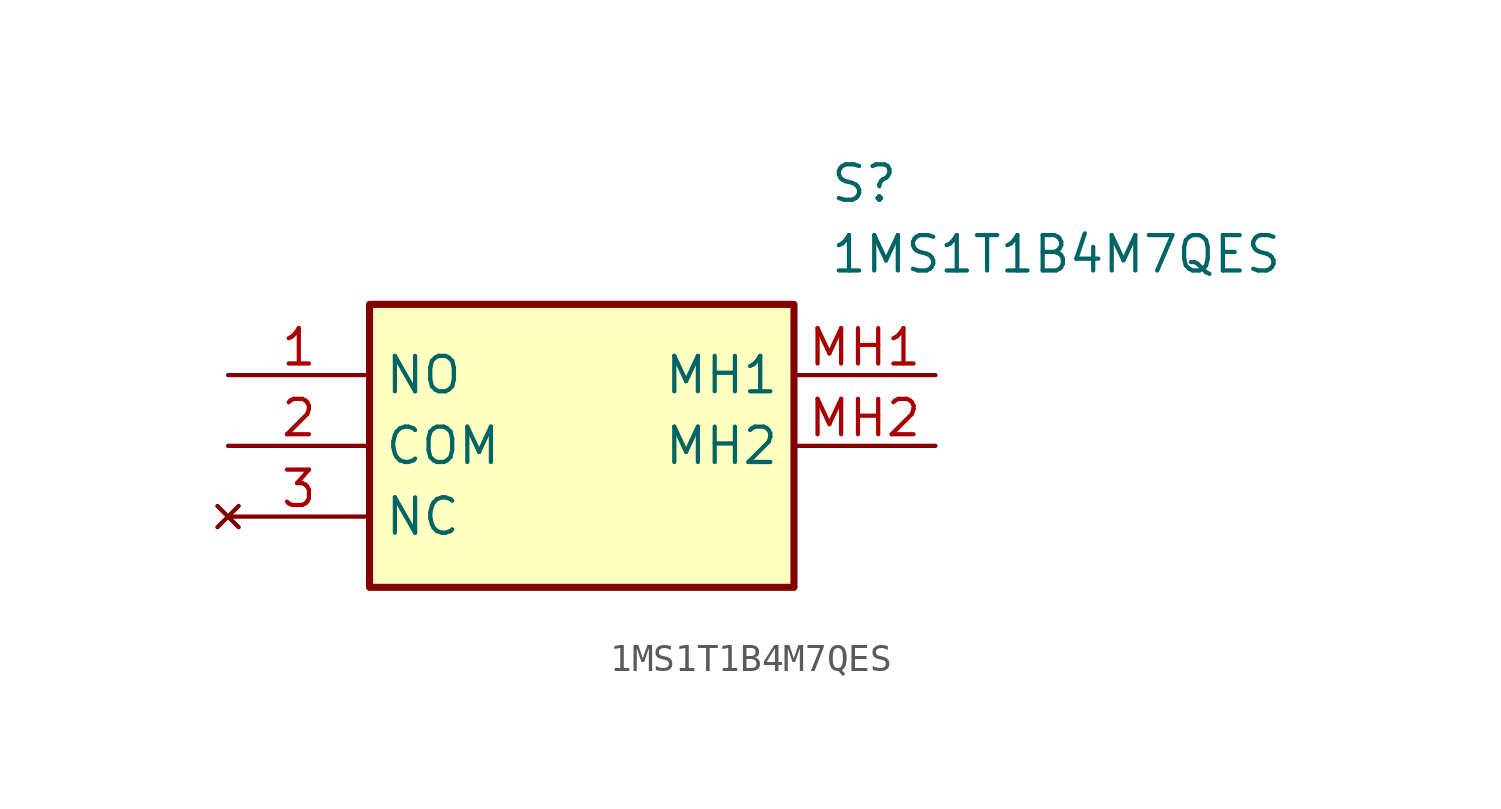
<source format=kicad_sym>
(kicad_symbol_lib
  (version 20231120)
  (generator "kicad_symbol_editor")
  (generator_version "8.0")
  (symbol "1MS1T1B4M7QES"
    (property "Reference" "S"
      (at 21.59 7.62 0)
      (effects (font (size 1.27 1.27)) (justify left top)))
    (property "Value" "1MS1T1B4M7QES"
      (at 21.59 5.08 0)
      (effects (font (size 1.27 1.27)) (justify left top)))
    (symbol "1MS1T1B4M7QES_1_1"
      (rectangle (start 5.08 2.54) (end 20.32 -7.62) (stroke (width 0.254) (type default)) (fill (type background)))
      (pin passive line (at 0 0 0) (length 5.08) (name "NO" (effects (font (size 1.27 1.27)))) (number "1" (effects (font (size 1.27 1.27)))))
      (pin passive line (at 0 -2.54 0) (length 5.08) (name "COM" (effects (font (size 1.27 1.27)))) (number "2" (effects (font (size 1.27 1.27)))))
      (pin no_connect line (at 0 -5.08 0) (length 5.08) (name "NC" (effects (font (size 1.27 1.27)))) (number "3" (effects (font (size 1.27 1.27)))))
      (pin passive line (at 25.4 0 180) (length 5.08) (name "MH1" (effects (font (size 1.27 1.27)))) (number "MH1" (effects (font (size 1.27 1.27)))))
      (pin passive line (at 25.4 -2.54 180) (length 5.08) (name "MH2" (effects (font (size 1.27 1.27)))) (number "MH2" (effects (font (size 1.27 1.27))))))))
</source>
